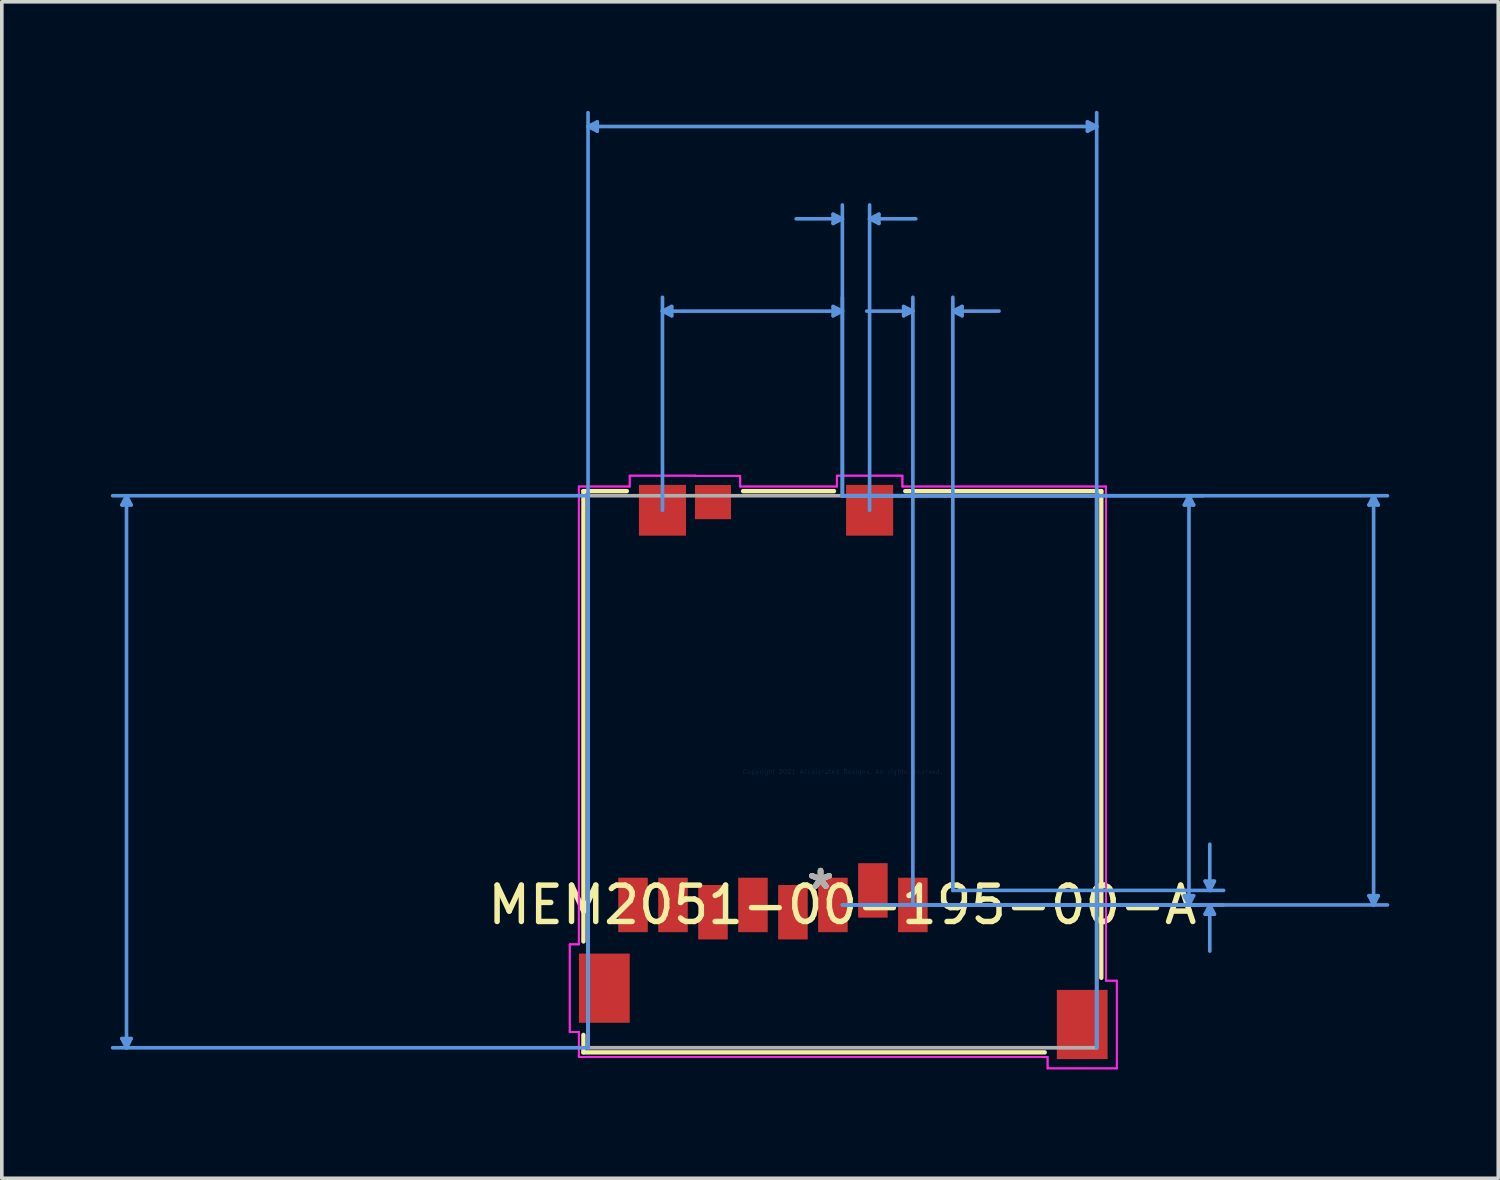
<source format=kicad_pcb>
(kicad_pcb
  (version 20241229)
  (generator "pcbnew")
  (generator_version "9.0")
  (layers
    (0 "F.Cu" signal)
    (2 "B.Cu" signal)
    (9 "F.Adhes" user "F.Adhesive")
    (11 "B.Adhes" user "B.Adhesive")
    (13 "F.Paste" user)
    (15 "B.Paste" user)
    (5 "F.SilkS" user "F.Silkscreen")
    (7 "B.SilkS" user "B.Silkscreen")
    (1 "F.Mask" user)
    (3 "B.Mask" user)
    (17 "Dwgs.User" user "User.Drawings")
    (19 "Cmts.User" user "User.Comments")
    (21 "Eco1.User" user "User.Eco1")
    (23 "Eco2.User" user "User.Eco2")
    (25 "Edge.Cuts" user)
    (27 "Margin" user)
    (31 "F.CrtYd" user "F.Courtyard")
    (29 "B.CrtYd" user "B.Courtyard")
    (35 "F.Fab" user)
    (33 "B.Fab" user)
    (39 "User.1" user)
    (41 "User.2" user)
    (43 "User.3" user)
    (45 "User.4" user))
  (footprint "MEM2051-00-195-00-A"
    (layer "F.Cu")
    (at 20.129 18.186)
    (property "Reference" "MEM2051-00-195-00-A" (at 0 3.665 0) (layer "F.SilkS") (effects (font (size 1 1) (thickness 0.15))))
    (attr through_hole)
    (fp_line (start -7.125 -7.722) (end -7.125 4.67) (stroke (width 0.12) (type solid)) (layer "F.SilkS"))
    (fp_line (start -7.125 7.241) (end -7.125 7.722) (stroke (width 0.12) (type solid)) (layer "F.SilkS"))
    (fp_line (start -7.125 7.722) (end 5.569 7.722) (stroke (width 0.12) (type solid)) (layer "F.SilkS"))
    (fp_line (start -5.93 -7.722) (end -7.125 -7.722) (stroke (width 0.12) (type solid)) (layer "F.SilkS"))
    (fp_line (start -0.23 -7.722) (end -2.732 -7.722) (stroke (width 0.12) (type solid)) (layer "F.SilkS"))
    (fp_line (start 7.125 -7.722) (end 1.73 -7.722) (stroke (width 0.12) (type solid)) (layer "F.SilkS"))
    (fp_line (start 7.125 5.67) (end 7.125 -7.722) (stroke (width 0.12) (type solid)) (layer "F.SilkS"))
    (fp_line (start -19.825 -7.341) (end -19.571 -7.341) (stroke (width 0.1) (type solid)) (layer "Cmts.User"))
    (fp_line (start -19.825 7.341) (end -19.571 7.341) (stroke (width 0.1) (type solid)) (layer "Cmts.User"))
    (fp_line (start -19.698 -7.595) (end -19.825 -7.341) (stroke (width 0.1) (type solid)) (layer "Cmts.User"))
    (fp_line (start -19.698 -7.595) (end -19.698 7.595) (stroke (width 0.1) (type solid)) (layer "Cmts.User"))
    (fp_line (start -19.698 -7.595) (end -19.571 -7.341) (stroke (width 0.1) (type solid)) (layer "Cmts.User"))
    (fp_line (start -19.698 7.595) (end -19.825 7.341) (stroke (width 0.1) (type solid)) (layer "Cmts.User"))
    (fp_line (start -19.698 7.595) (end -19.571 7.341) (stroke (width 0.1) (type solid)) (layer "Cmts.User"))
    (fp_line (start -6.998 -17.755) (end -6.744 -17.882) (stroke (width 0.1) (type solid)) (layer "Cmts.User"))
    (fp_line (start -6.998 -17.755) (end -6.744 -17.628) (stroke (width 0.1) (type solid)) (layer "Cmts.User"))
    (fp_line (start -6.998 -17.755) (end 6.998 -17.755) (stroke (width 0.1) (type solid)) (layer "Cmts.User"))
    (fp_line (start -6.998 -7.595) (end -20.079 -7.595) (stroke (width 0.1) (type solid)) (layer "Cmts.User"))
    (fp_line (start -6.998 7.595) (end -20.079 7.595) (stroke (width 0.1) (type solid)) (layer "Cmts.User"))
    (fp_line (start -6.998 7.595) (end -6.998 -18.136) (stroke (width 0.1) (type solid)) (layer "Cmts.User"))
    (fp_line (start -6.744 -17.882) (end -6.744 -17.628) (stroke (width 0.1) (type solid)) (layer "Cmts.User"))
    (fp_line (start -4.95 -12.675) (end -4.696 -12.802) (stroke (width 0.1) (type solid)) (layer "Cmts.User"))
    (fp_line (start -4.95 -12.675) (end -4.696 -12.548) (stroke (width 0.1) (type solid)) (layer "Cmts.User"))
    (fp_line (start -4.95 -12.675) (end 0 -12.675) (stroke (width 0.1) (type solid)) (layer "Cmts.User"))
    (fp_line (start -4.95 -7.195) (end -4.95 -13.056) (stroke (width 0.1) (type solid)) (layer "Cmts.User"))
    (fp_line (start -4.696 -12.802) (end -4.696 -12.548) (stroke (width 0.1) (type solid)) (layer "Cmts.User"))
    (fp_line (start -0.254 -15.342) (end -0.254 -15.088) (stroke (width 0.1) (type solid)) (layer "Cmts.User"))
    (fp_line (start -0.254 -12.802) (end -0.254 -12.548) (stroke (width 0.1) (type solid)) (layer "Cmts.User"))
    (fp_line (start 0 -15.215) (end -1.27 -15.215) (stroke (width 0.1) (type solid)) (layer "Cmts.User"))
    (fp_line (start 0 -15.215) (end -0.254 -15.342) (stroke (width 0.1) (type solid)) (layer "Cmts.User"))
    (fp_line (start 0 -15.215) (end -0.254 -15.088) (stroke (width 0.1) (type solid)) (layer "Cmts.User"))
    (fp_line (start 0 -12.675) (end -0.254 -12.802) (stroke (width 0.1) (type solid)) (layer "Cmts.User"))
    (fp_line (start 0 -12.675) (end -0.254 -12.548) (stroke (width 0.1) (type solid)) (layer "Cmts.User"))
    (fp_line (start 0 -7.595) (end 0 -15.596) (stroke (width 0.1) (type solid)) (layer "Cmts.User"))
    (fp_line (start 0 -7.595) (end 0 -13.056) (stroke (width 0.1) (type solid)) (layer "Cmts.User"))
    (fp_line (start 0 -7.595) (end 9.919 -7.595) (stroke (width 0.1) (type solid)) (layer "Cmts.User"))
    (fp_line (start 0 -7.595) (end 14.999 -7.595) (stroke (width 0.1) (type solid)) (layer "Cmts.User"))
    (fp_line (start 0 3.665) (end 9.919 3.665) (stroke (width 0.1) (type solid)) (layer "Cmts.User"))
    (fp_line (start 0 3.665) (end 14.999 3.665) (stroke (width 0.1) (type solid)) (layer "Cmts.User"))
    (fp_line (start 0.75 -15.215) (end 1.004 -15.342) (stroke (width 0.1) (type solid)) (layer "Cmts.User"))
    (fp_line (start 0.75 -15.215) (end 1.004 -15.088) (stroke (width 0.1) (type solid)) (layer "Cmts.User"))
    (fp_line (start 0.75 -15.215) (end 2.02 -15.215) (stroke (width 0.1) (type solid)) (layer "Cmts.User"))
    (fp_line (start 0.75 -7.195) (end 0.75 -15.596) (stroke (width 0.1) (type solid)) (layer "Cmts.User"))
    (fp_line (start 1.004 -15.342) (end 1.004 -15.088) (stroke (width 0.1) (type solid)) (layer "Cmts.User"))
    (fp_line (start 1.686 -12.802) (end 1.686 -12.548) (stroke (width 0.1) (type solid)) (layer "Cmts.User"))
    (fp_line (start 1.94 -12.675) (end 0.67 -12.675) (stroke (width 0.1) (type solid)) (layer "Cmts.User"))
    (fp_line (start 1.94 -12.675) (end 1.686 -12.802) (stroke (width 0.1) (type solid)) (layer "Cmts.User"))
    (fp_line (start 1.94 -12.675) (end 1.686 -12.548) (stroke (width 0.1) (type solid)) (layer "Cmts.User"))
    (fp_line (start 1.94 3.665) (end 1.94 -13.056) (stroke (width 0.1) (type solid)) (layer "Cmts.User"))
    (fp_line (start 1.94 3.665) (end 10.491 3.665) (stroke (width 0.1) (type solid)) (layer "Cmts.User"))
    (fp_line (start 3.04 -12.675) (end 3.294 -12.802) (stroke (width 0.1) (type solid)) (layer "Cmts.User"))
    (fp_line (start 3.04 -12.675) (end 3.294 -12.548) (stroke (width 0.1) (type solid)) (layer "Cmts.User"))
    (fp_line (start 3.04 -12.675) (end 4.31 -12.675) (stroke (width 0.1) (type solid)) (layer "Cmts.User"))
    (fp_line (start 3.04 3.265) (end 3.04 -13.056) (stroke (width 0.1) (type solid)) (layer "Cmts.User"))
    (fp_line (start 3.04 3.265) (end 10.491 3.265) (stroke (width 0.1) (type solid)) (layer "Cmts.User"))
    (fp_line (start 3.294 -12.802) (end 3.294 -12.548) (stroke (width 0.1) (type solid)) (layer "Cmts.User"))
    (fp_line (start 6.744 -17.882) (end 6.744 -17.628) (stroke (width 0.1) (type solid)) (layer "Cmts.User"))
    (fp_line (start 6.998 -17.755) (end 6.744 -17.882) (stroke (width 0.1) (type solid)) (layer "Cmts.User"))
    (fp_line (start 6.998 -17.755) (end 6.744 -17.628) (stroke (width 0.1) (type solid)) (layer "Cmts.User"))
    (fp_line (start 6.998 7.595) (end 6.998 -18.136) (stroke (width 0.1) (type solid)) (layer "Cmts.User"))
    (fp_line (start 9.411 -7.341) (end 9.665 -7.341) (stroke (width 0.1) (type solid)) (layer "Cmts.User"))
    (fp_line (start 9.411 3.411) (end 9.665 3.411) (stroke (width 0.1) (type solid)) (layer "Cmts.User"))
    (fp_line (start 9.538 -7.595) (end 9.411 -7.341) (stroke (width 0.1) (type solid)) (layer "Cmts.User"))
    (fp_line (start 9.538 -7.595) (end 9.538 3.665) (stroke (width 0.1) (type solid)) (layer "Cmts.User"))
    (fp_line (start 9.538 -7.595) (end 9.665 -7.341) (stroke (width 0.1) (type solid)) (layer "Cmts.User"))
    (fp_line (start 9.538 3.665) (end 9.411 3.411) (stroke (width 0.1) (type solid)) (layer "Cmts.User"))
    (fp_line (start 9.538 3.665) (end 9.665 3.411) (stroke (width 0.1) (type solid)) (layer "Cmts.User"))
    (fp_line (start 9.983 3.011) (end 10.237 3.011) (stroke (width 0.1) (type solid)) (layer "Cmts.User"))
    (fp_line (start 9.983 3.919) (end 10.237 3.919) (stroke (width 0.1) (type solid)) (layer "Cmts.User"))
    (fp_line (start 10.11 3.265) (end 9.983 3.011) (stroke (width 0.1) (type solid)) (layer "Cmts.User"))
    (fp_line (start 10.11 3.265) (end 10.11 1.995) (stroke (width 0.1) (type solid)) (layer "Cmts.User"))
    (fp_line (start 10.11 3.265) (end 10.237 3.011) (stroke (width 0.1) (type solid)) (layer "Cmts.User"))
    (fp_line (start 10.11 3.665) (end 9.983 3.919) (stroke (width 0.1) (type solid)) (layer "Cmts.User"))
    (fp_line (start 10.11 3.665) (end 10.11 4.935) (stroke (width 0.1) (type solid)) (layer "Cmts.User"))
    (fp_line (start 10.11 3.665) (end 10.237 3.919) (stroke (width 0.1) (type solid)) (layer "Cmts.User"))
    (fp_line (start 14.491 -7.341) (end 14.745 -7.341) (stroke (width 0.1) (type solid)) (layer "Cmts.User"))
    (fp_line (start 14.491 3.411) (end 14.745 3.411) (stroke (width 0.1) (type solid)) (layer "Cmts.User"))
    (fp_line (start 14.618 -7.595) (end 14.491 -7.341) (stroke (width 0.1) (type solid)) (layer "Cmts.User"))
    (fp_line (start 14.618 -7.595) (end 14.618 3.665) (stroke (width 0.1) (type solid)) (layer "Cmts.User"))
    (fp_line (start 14.618 -7.595) (end 14.745 -7.341) (stroke (width 0.1) (type solid)) (layer "Cmts.User"))
    (fp_line (start 14.618 3.665) (end 14.491 3.411) (stroke (width 0.1) (type solid)) (layer "Cmts.User"))
    (fp_line (start 14.618 3.665) (end 14.745 3.411) (stroke (width 0.1) (type solid)) (layer "Cmts.User"))
    (fp_line (start -7.502 4.749) (end -7.502 7.162) (stroke (width 0.05) (type solid)) (layer "F.CrtYd"))
    (fp_line (start -7.502 4.749) (end -7.502 7.162) (stroke (width 0.05) (type solid)) (layer "F.CrtYd"))
    (fp_line (start -7.502 7.162) (end -7.252 7.162) (stroke (width 0.05) (type solid)) (layer "F.CrtYd"))
    (fp_line (start -7.502 7.162) (end -7.252 7.162) (stroke (width 0.05) (type solid)) (layer "F.CrtYd"))
    (fp_line (start -7.252 -7.849) (end -7.252 4.749) (stroke (width 0.05) (type solid)) (layer "F.CrtYd"))
    (fp_line (start -7.252 -7.849) (end -7.252 4.749) (stroke (width 0.05) (type solid)) (layer "F.CrtYd"))
    (fp_line (start -7.252 4.749) (end -7.502 4.749) (stroke (width 0.05) (type solid)) (layer "F.CrtYd"))
    (fp_line (start -7.252 4.749) (end -7.502 4.749) (stroke (width 0.05) (type solid)) (layer "F.CrtYd"))
    (fp_line (start -7.252 7.162) (end -7.252 7.849) (stroke (width 0.05) (type solid)) (layer "F.CrtYd"))
    (fp_line (start -7.252 7.162) (end -7.252 7.849) (stroke (width 0.05) (type solid)) (layer "F.CrtYd"))
    (fp_line (start -7.252 7.849) (end 5.647 7.849) (stroke (width 0.05) (type solid)) (layer "F.CrtYd"))
    (fp_line (start -7.252 7.849) (end 5.647 7.849) (stroke (width 0.05) (type solid)) (layer "F.CrtYd"))
    (fp_line (start -5.852 -8.147) (end -5.852 -7.849) (stroke (width 0.05) (type solid)) (layer "F.CrtYd"))
    (fp_line (start -5.852 -8.147) (end -5.852 -7.849) (stroke (width 0.05) (type solid)) (layer "F.CrtYd"))
    (fp_line (start -5.852 -7.849) (end -7.252 -7.849) (stroke (width 0.05) (type solid)) (layer "F.CrtYd"))
    (fp_line (start -5.852 -7.849) (end -7.252 -7.849) (stroke (width 0.05) (type solid)) (layer "F.CrtYd"))
    (fp_line (start -4.048 -8.147) (end -5.852 -8.147) (stroke (width 0.05) (type solid)) (layer "F.CrtYd"))
    (fp_line (start -4.048 -8.147) (end -5.852 -8.147) (stroke (width 0.05) (type solid)) (layer "F.CrtYd"))
    (fp_line (start -4.048 -8.143) (end -4.048 -8.147) (stroke (width 0.05) (type solid)) (layer "F.CrtYd"))
    (fp_line (start -4.048 -8.143) (end -4.048 -8.147) (stroke (width 0.05) (type solid)) (layer "F.CrtYd"))
    (fp_line (start -2.811 -8.143) (end -4.048 -8.143) (stroke (width 0.05) (type solid)) (layer "F.CrtYd"))
    (fp_line (start -2.811 -8.143) (end -4.048 -8.143) (stroke (width 0.05) (type solid)) (layer "F.CrtYd"))
    (fp_line (start -2.811 -7.849) (end -2.811 -8.143) (stroke (width 0.05) (type solid)) (layer "F.CrtYd"))
    (fp_line (start -2.811 -7.849) (end -2.811 -8.143) (stroke (width 0.05) (type solid)) (layer "F.CrtYd"))
    (fp_line (start -0.152 -8.147) (end -0.152 -7.849) (stroke (width 0.05) (type solid)) (layer "F.CrtYd"))
    (fp_line (start -0.152 -8.147) (end -0.152 -7.849) (stroke (width 0.05) (type solid)) (layer "F.CrtYd"))
    (fp_line (start -0.152 -7.849) (end -2.811 -7.849) (stroke (width 0.05) (type solid)) (layer "F.CrtYd"))
    (fp_line (start -0.152 -7.849) (end -2.811 -7.849) (stroke (width 0.05) (type solid)) (layer "F.CrtYd"))
    (fp_line (start 1.652 -8.147) (end -0.152 -8.147) (stroke (width 0.05) (type solid)) (layer "F.CrtYd"))
    (fp_line (start 1.652 -8.147) (end -0.152 -8.147) (stroke (width 0.05) (type solid)) (layer "F.CrtYd"))
    (fp_line (start 1.652 -7.849) (end 1.652 -8.147) (stroke (width 0.05) (type solid)) (layer "F.CrtYd"))
    (fp_line (start 1.652 -7.849) (end 1.652 -8.147) (stroke (width 0.05) (type solid)) (layer "F.CrtYd"))
    (fp_line (start 5.647 7.849) (end 5.647 8.162) (stroke (width 0.05) (type solid)) (layer "F.CrtYd"))
    (fp_line (start 5.647 7.849) (end 5.647 8.162) (stroke (width 0.05) (type solid)) (layer "F.CrtYd"))
    (fp_line (start 5.647 8.162) (end 7.552 8.162) (stroke (width 0.05) (type solid)) (layer "F.CrtYd"))
    (fp_line (start 5.647 8.162) (end 7.552 8.162) (stroke (width 0.05) (type solid)) (layer "F.CrtYd"))
    (fp_line (start 7.252 -7.849) (end 1.652 -7.849) (stroke (width 0.05) (type solid)) (layer "F.CrtYd"))
    (fp_line (start 7.252 -7.849) (end 1.652 -7.849) (stroke (width 0.05) (type solid)) (layer "F.CrtYd"))
    (fp_line (start 7.252 5.749) (end 7.252 -7.849) (stroke (width 0.05) (type solid)) (layer "F.CrtYd"))
    (fp_line (start 7.252 5.749) (end 7.252 -7.849) (stroke (width 0.05) (type solid)) (layer "F.CrtYd"))
    (fp_line (start 7.552 5.749) (end 7.252 5.749) (stroke (width 0.05) (type solid)) (layer "F.CrtYd"))
    (fp_line (start 7.552 5.749) (end 7.252 5.749) (stroke (width 0.05) (type solid)) (layer "F.CrtYd"))
    (fp_line (start 7.552 8.162) (end 7.552 5.749) (stroke (width 0.05) (type solid)) (layer "F.CrtYd"))
    (fp_line (start 7.552 8.162) (end 7.552 5.749) (stroke (width 0.05) (type solid)) (layer "F.CrtYd"))
    (fp_line (start -6.998 -7.595) (end -6.998 7.595) (stroke (width 0.1) (type solid)) (layer "F.Fab"))
    (fp_line (start -6.998 7.595) (end 6.998 7.595) (stroke (width 0.1) (type solid)) (layer "F.Fab"))
    (fp_line (start 0 -7.595) (end 0 -7.595) (stroke (width 0.1) (type solid)) (layer "F.Fab"))
    (fp_line (start 0 -7.595) (end 0 -7.595) (stroke (width 0.1) (type solid)) (layer "F.Fab"))
    (fp_line (start 0 -7.595) (end 0 -7.595) (stroke (width 0.1) (type solid)) (layer "F.Fab"))
    (fp_line (start 0 -7.595) (end 0 -7.595) (stroke (width 0.1) (type solid)) (layer "F.Fab"))
    (fp_line (start 6.998 -7.595) (end -6.998 -7.595) (stroke (width 0.1) (type solid)) (layer "F.Fab"))
    (fp_line (start 6.998 7.595) (end 6.998 -7.595) (stroke (width 0.1) (type solid)) (layer "F.Fab"))
    (fp_text user "*" (at -0.6 3.265 0) (layer "F.SilkS") (effects (font (size 1 1) (thickness 0.15))))
    (fp_text user "*" (at -0.6 3.265 0) (layer "F.SilkS") (effects (font (size 1 1) (thickness 0.15))))
    (fp_text user "Copyright 2021 Accelerated Designs. All rights reserved." (at 0 0 0) (layer "Cmts.User") (effects (font (size 0.127 0.127) (thickness 0.002))))
    (fp_text user "*" (at -0.6 3.265 0) (layer "F.Fab") (effects (font (size 1 1) (thickness 0.15))))
    (fp_text user "*" (at -0.6 3.265 0) (layer "F.Fab") (effects (font (size 1 1) (thickness 0.15))))
    (pad "1" smd rect (at 1.94 3.665) (size 0.813 1.499) (layers "F.Cu" "F.Mask" "F.Paste"))
    (pad "2" smd rect (at 0.84 3.265) (size 0.813 1.499) (layers "F.Cu" "F.Mask" "F.Paste"))
    (pad "3" smd rect (at -0.26 3.665) (size 0.813 1.499) (layers "F.Cu" "F.Mask" "F.Paste"))
    (pad "4" smd rect (at -1.36 3.865) (size 0.813 1.499) (layers "F.Cu" "F.Mask" "F.Paste"))
    (pad "5" smd rect (at -2.46 3.665) (size 0.813 1.499) (layers "F.Cu" "F.Mask" "F.Paste"))
    (pad "6" smd rect (at -3.56 3.865) (size 0.813 1.499) (layers "F.Cu" "F.Mask" "F.Paste"))
    (pad "7" smd rect (at -4.66 3.665) (size 0.813 1.499) (layers "F.Cu" "F.Mask" "F.Paste"))
    (pad "8" smd rect (at -5.76 3.665) (size 0.813 1.499) (layers "F.Cu" "F.Mask" "F.Paste"))
    (pad "9" smd rect (at -3.56 -7.42) (size 0.991 0.94) (layers "F.Cu" "F.Mask" "F.Paste"))
    (pad "10" smd rect (at -4.95 -7.195) (size 1.295 1.397) (layers "F.Cu" "F.Mask" "F.Paste"))
    (pad "11" smd rect (at 0.75 -7.195) (size 1.295 1.397) (layers "F.Cu" "F.Mask" "F.Paste"))
    (pad "12" smd rect (at -6.55 5.955) (size 1.397 1.905) (layers "F.Cu" "F.Mask" "F.Paste"))
    (pad "13" smd rect (at 6.6 6.955) (size 1.397 1.905) (layers "F.Cu" "F.Mask" "F.Paste")))
  (gr_rect
    (start -3 -3)
    (end 38.177 29.373)
    (stroke (width 0.1) (type default))
    (fill no)
    (layer "Edge.Cuts")))
</source>
